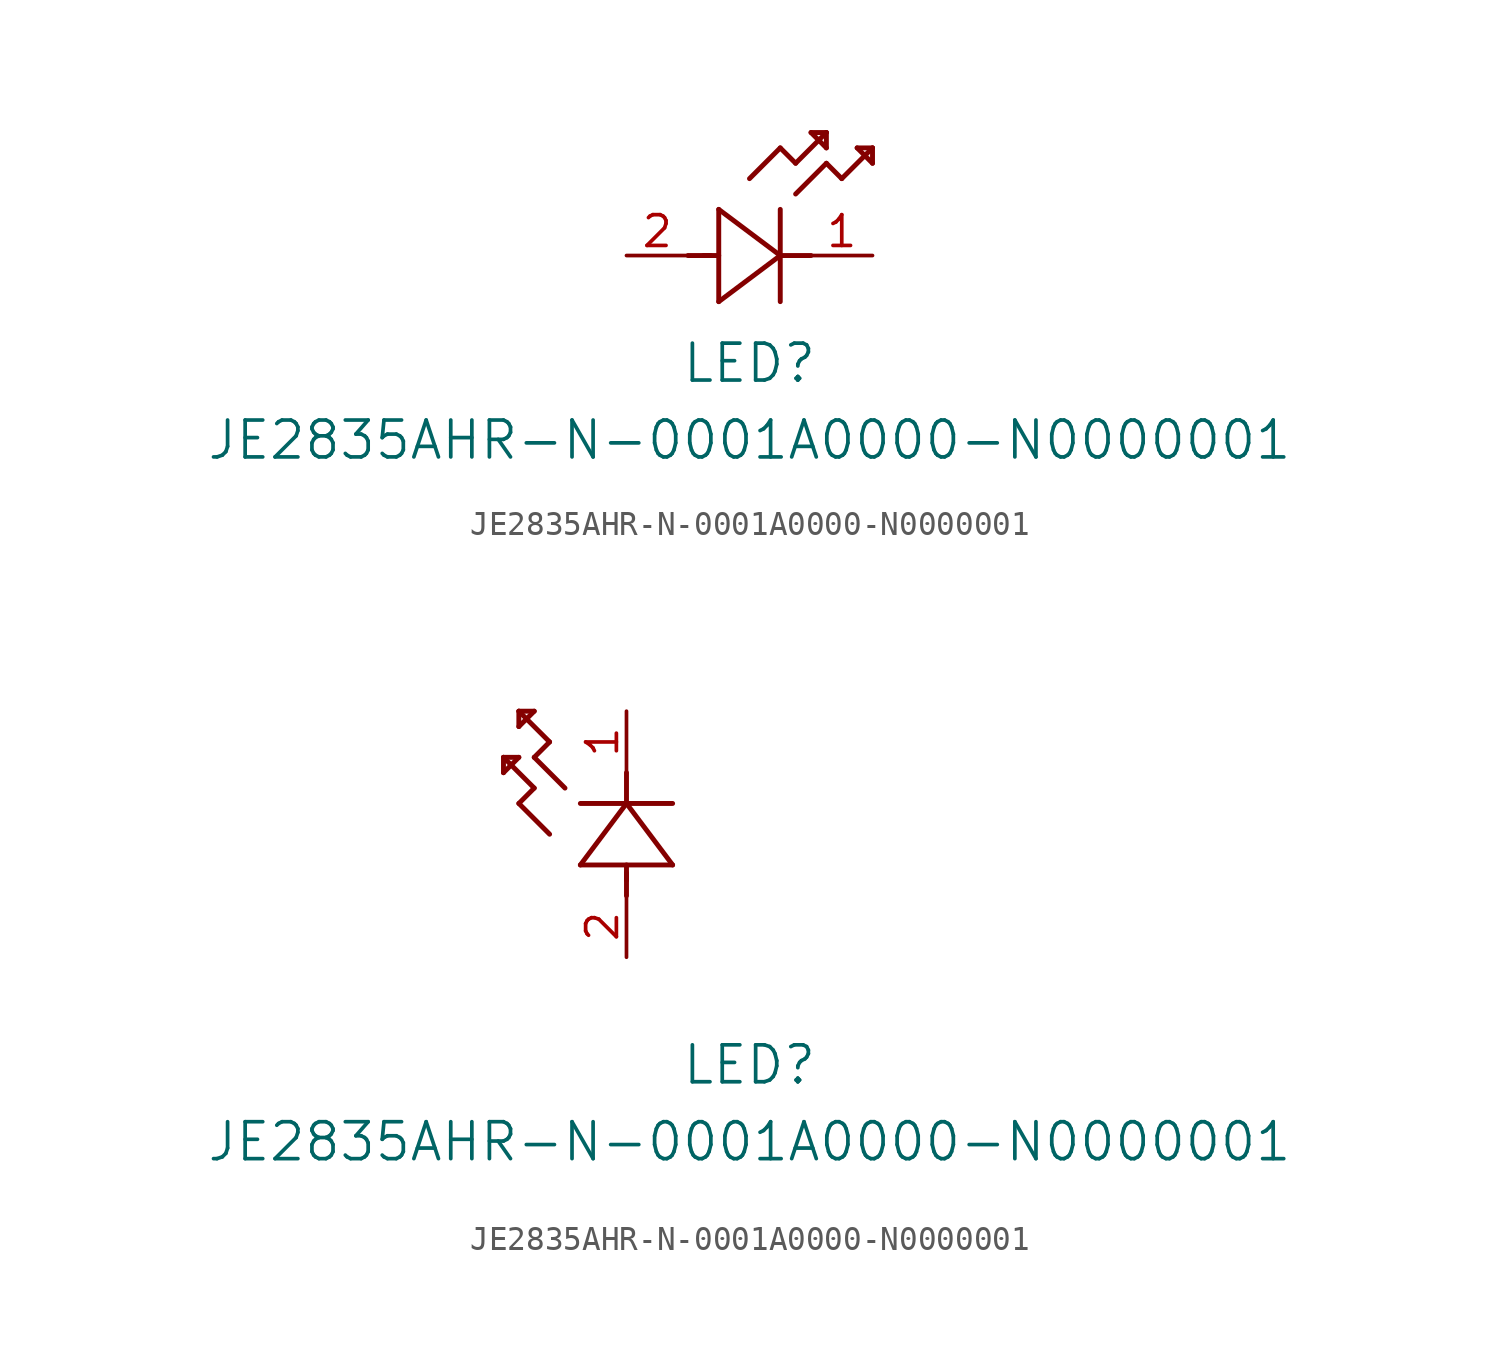
<source format=kicad_sym>
(kicad_symbol_lib
  (version 20211014)
  (generator kicad_symbol_editor)
  (symbol "JE2835AHR-N-0001A0000-N0000001"
    (pin_names
      (offset 0.254))
    (property "Reference" "LED"
      (at 5.08 -4.445 0)
      (effects (font (size 1.524 1.524))))
    (property "Value" "JE2835AHR-N-0001A0000-N0000001"
      (at 5.08 -7.62 0)
      (effects (font (size 1.524 1.524))))
    (symbol "JE2835AHR-N-0001A0000-N0000001_1_1"
      (polyline (pts (xy 2.54 0) (xy 3.48 0)) (stroke (width 0.203) (type default) (color 0 0 0 0)) (fill (type none)))
      (polyline (pts (xy 3.81 1.905) (xy 3.81 -1.905)) (stroke (width 0.203) (type default) (color 0 0 0 0)) (fill (type none)))
      (polyline (pts (xy 3.175 0) (xy 3.81 0)) (stroke (width 0.203) (type default) (color 0 0 0 0)) (fill (type none)))
      (polyline (pts (xy 6.35 -1.905) (xy 6.35 1.905)) (stroke (width 0.203) (type default) (color 0 0 0 0)) (fill (type none)))
      (polyline (pts (xy 6.35 0) (xy 7.62 0)) (stroke (width 0.203) (type default) (color 0 0 0 0)) (fill (type none)))
      (polyline (pts (xy 6.35 4.445) (xy 6.985 3.81)) (stroke (width 0.203) (type default) (color 0 0 0 0)) (fill (type none)))
      (polyline (pts (xy 6.985 3.81) (xy 8.255 5.08)) (stroke (width 0.203) (type default) (color 0 0 0 0)) (fill (type none)))
      (polyline (pts (xy 8.255 3.81) (xy 8.89 3.175)) (stroke (width 0.203) (type default) (color 0 0 0 0)) (fill (type none)))
      (polyline (pts (xy 8.89 3.175) (xy 10.16 4.445)) (stroke (width 0.203) (type default) (color 0 0 0 0)) (fill (type none)))
      (polyline (pts (xy 8.255 5.08) (xy 7.62 5.08)) (stroke (width 0.203) (type default) (color 0 0 0 0)) (fill (type none)))
      (polyline (pts (xy 7.62 5.08) (xy 8.255 4.445)) (stroke (width 0.203) (type default) (color 0 0 0 0)) (fill (type none)))
      (polyline (pts (xy 8.255 4.445) (xy 8.255 5.08)) (stroke (width 0.203) (type default) (color 0 0 0 0)) (fill (type none)))
      (polyline (pts (xy 10.16 4.445) (xy 9.525 4.445)) (stroke (width 0.203) (type default) (color 0 0 0 0)) (fill (type none)))
      (polyline (pts (xy 9.525 4.445) (xy 10.16 3.81)) (stroke (width 0.203) (type default) (color 0 0 0 0)) (fill (type none)))
      (polyline (pts (xy 10.16 3.81) (xy 10.16 4.445)) (stroke (width 0.203) (type default) (color 0 0 0 0)) (fill (type none)))
      (polyline (pts (xy 6.985 2.54) (xy 8.255 3.81)) (stroke (width 0.203) (type default) (color 0 0 0 0)) (fill (type none)))
      (polyline (pts (xy 6.35 0) (xy 3.81 1.905)) (stroke (width 0.203) (type default) (color 0 0 0 0)) (fill (type none)))
      (polyline (pts (xy 3.81 -1.905) (xy 6.35 0)) (stroke (width 0.203) (type default) (color 0 0 0 0)) (fill (type none)))
      (polyline (pts (xy 5.08 3.175) (xy 6.35 4.445)) (stroke (width 0.203) (type default) (color 0 0 0 0)) (fill (type none)))
      (pin unspecified line (at 10.16 0 180) (length 2.54) (name "" (effects (font (size 1.27 1.27)))) (number "1" (effects (font (size 1.27 1.27)))))
      (pin unspecified line (at 0 0 0) (length 2.54) (name "" (effects (font (size 1.27 1.27)))) (number "2" (effects (font (size 1.27 1.27))))))
    (symbol "JE2835AHR-N-0001A0000-N0000001_1_2"
      (polyline (pts (xy 0 2.54) (xy 0 3.48)) (stroke (width 0.203) (type default) (color 0 0 0 0)) (fill (type none)))
      (polyline (pts (xy -1.905 3.81) (xy 1.905 3.81)) (stroke (width 0.203) (type default) (color 0 0 0 0)) (fill (type none)))
      (polyline (pts (xy 0 3.175) (xy 0 3.81)) (stroke (width 0.203) (type default) (color 0 0 0 0)) (fill (type none)))
      (polyline (pts (xy 1.905 6.35) (xy -1.905 6.35)) (stroke (width 0.203) (type default) (color 0 0 0 0)) (fill (type none)))
      (polyline (pts (xy 0 6.35) (xy 0 7.62)) (stroke (width 0.203) (type default) (color 0 0 0 0)) (fill (type none)))
      (polyline (pts (xy 0 6.35) (xy -1.905 3.81)) (stroke (width 0.203) (type default) (color 0 0 0 0)) (fill (type none)))
      (polyline (pts (xy 1.905 3.81) (xy 0 6.35)) (stroke (width 0.203) (type default) (color 0 0 0 0)) (fill (type none)))
      (polyline (pts (xy -4.445 6.35) (xy -3.81 6.985)) (stroke (width 0.203) (type default) (color 0 0 0 0)) (fill (type none)))
      (polyline (pts (xy -2.54 6.985) (xy -3.81 8.255)) (stroke (width 0.203) (type default) (color 0 0 0 0)) (fill (type none)))
      (polyline (pts (xy -3.175 5.08) (xy -4.445 6.35)) (stroke (width 0.203) (type default) (color 0 0 0 0)) (fill (type none)))
      (polyline (pts (xy -4.445 10.16) (xy -4.445 9.525)) (stroke (width 0.203) (type default) (color 0 0 0 0)) (fill (type none)))
      (polyline (pts (xy -4.445 9.525) (xy -3.81 10.16)) (stroke (width 0.203) (type default) (color 0 0 0 0)) (fill (type none)))
      (polyline (pts (xy -3.81 10.16) (xy -4.445 10.16)) (stroke (width 0.203) (type default) (color 0 0 0 0)) (fill (type none)))
      (polyline (pts (xy -3.81 8.255) (xy -3.175 8.89)) (stroke (width 0.203) (type default) (color 0 0 0 0)) (fill (type none)))
      (polyline (pts (xy -3.175 8.89) (xy -4.445 10.16)) (stroke (width 0.203) (type default) (color 0 0 0 0)) (fill (type none)))
      (polyline (pts (xy -3.81 6.985) (xy -5.08 8.255)) (stroke (width 0.203) (type default) (color 0 0 0 0)) (fill (type none)))
      (polyline (pts (xy -5.08 8.255) (xy -5.08 7.62)) (stroke (width 0.203) (type default) (color 0 0 0 0)) (fill (type none)))
      (polyline (pts (xy -5.08 7.62) (xy -4.445 8.255)) (stroke (width 0.203) (type default) (color 0 0 0 0)) (fill (type none)))
      (polyline (pts (xy -4.445 8.255) (xy -5.08 8.255)) (stroke (width 0.203) (type default) (color 0 0 0 0)) (fill (type none)))
      (pin unspecified line (at 0 10.16 270) (length 2.54) (name "" (effects (font (size 1.27 1.27)))) (number "1" (effects (font (size 1.27 1.27)))))
      (pin unspecified line (at 0 0 90) (length 2.54) (name "" (effects (font (size 1.27 1.27)))) (number "2" (effects (font (size 1.27 1.27))))))))
</source>
